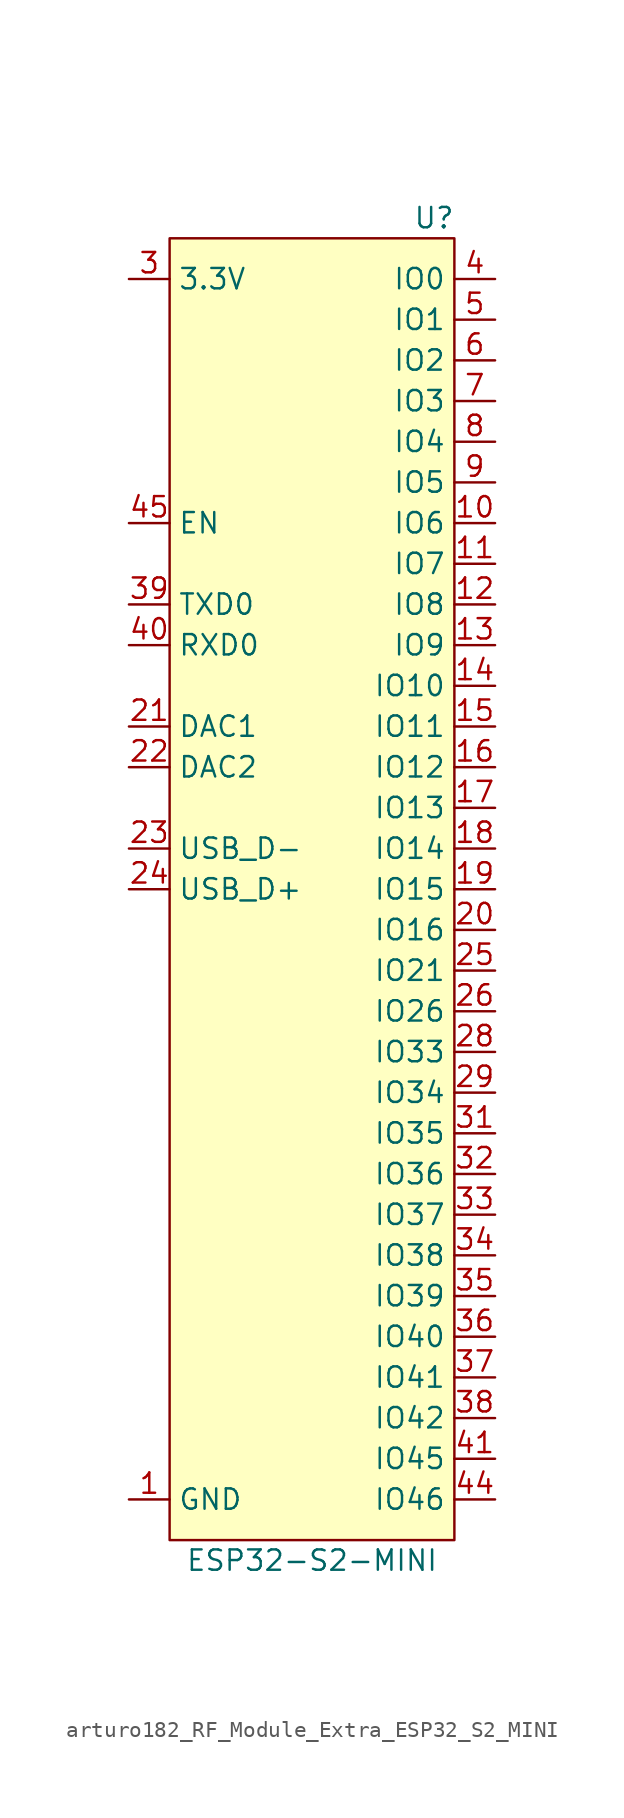
<source format=kicad_sym>
(kicad_symbol_lib
  (version 20220914)
  (generator kicad_symbol_editor)
  (symbol "arturo182_RF_Module_Extra_ESP32_S2_MINI"
    (property "Reference" "U"
      (at 7.62 39.37 0)
      (effects (font (size 1.27 1.27))))
    (property "Value" "ESP32-S2-MINI"
      (at 0 -44.45 0)
      (effects (font (size 1.27 1.27))))
    (symbol "arturo182_RF_Module_Extra_ESP32_S2_MINI_0_0"
      (pin power_in line (at -11.43 -40.64 0) (length 2.54) (name "GND" (effects (font (size 1.27 1.27)))) (number "1" (effects (font (size 1.27 1.27)))))
      (pin bidirectional line (at 11.43 20.32 180) (length 2.54) (name "IO6" (effects (font (size 1.27 1.27)))) (number "10" (effects (font (size 1.27 1.27)))))
      (pin bidirectional line (at 11.43 17.78 180) (length 2.54) (name "IO7" (effects (font (size 1.27 1.27)))) (number "11" (effects (font (size 1.27 1.27)))))
      (pin bidirectional line (at 11.43 15.24 180) (length 2.54) (name "IO8" (effects (font (size 1.27 1.27)))) (number "12" (effects (font (size 1.27 1.27)))))
      (pin bidirectional line (at 11.43 12.7 180) (length 2.54) (name "IO9" (effects (font (size 1.27 1.27)))) (number "13" (effects (font (size 1.27 1.27)))))
      (pin bidirectional line (at 11.43 10.16 180) (length 2.54) (name "IO10" (effects (font (size 1.27 1.27)))) (number "14" (effects (font (size 1.27 1.27)))))
      (pin bidirectional line (at 11.43 7.62 180) (length 2.54) (name "IO11" (effects (font (size 1.27 1.27)))) (number "15" (effects (font (size 1.27 1.27)))))
      (pin bidirectional line (at 11.43 5.08 180) (length 2.54) (name "IO12" (effects (font (size 1.27 1.27)))) (number "16" (effects (font (size 1.27 1.27)))))
      (pin bidirectional line (at 11.43 2.54 180) (length 2.54) (name "IO13" (effects (font (size 1.27 1.27)))) (number "17" (effects (font (size 1.27 1.27)))))
      (pin bidirectional line (at 11.43 0 180) (length 2.54) (name "IO14" (effects (font (size 1.27 1.27)))) (number "18" (effects (font (size 1.27 1.27)))))
      (pin bidirectional line (at 11.43 -2.54 180) (length 2.54) (name "IO15" (effects (font (size 1.27 1.27)))) (number "19" (effects (font (size 1.27 1.27)))))
      (pin passive line (at -11.43 -40.64 0) (length 2.54) hide (name "GND" (effects (font (size 1.27 1.27)))) (number "2" (effects (font (size 1.27 1.27)))))
      (pin bidirectional line (at 11.43 -5.08 180) (length 2.54) (name "IO16" (effects (font (size 1.27 1.27)))) (number "20" (effects (font (size 1.27 1.27)))))
      (pin bidirectional line (at -11.43 7.62 0) (length 2.54) (name "DAC1" (effects (font (size 1.27 1.27)))) (number "21" (effects (font (size 1.27 1.27)))))
      (pin bidirectional line (at -11.43 5.08 0) (length 2.54) (name "DAC2" (effects (font (size 1.27 1.27)))) (number "22" (effects (font (size 1.27 1.27)))))
      (pin bidirectional line (at -11.43 0 0) (length 2.54) (name "USB_D-" (effects (font (size 1.27 1.27)))) (number "23" (effects (font (size 1.27 1.27)))))
      (pin bidirectional line (at -11.43 -2.54 0) (length 2.54) (name "USB_D+" (effects (font (size 1.27 1.27)))) (number "24" (effects (font (size 1.27 1.27)))))
      (pin bidirectional line (at 11.43 -7.62 180) (length 2.54) (name "IO21" (effects (font (size 1.27 1.27)))) (number "25" (effects (font (size 1.27 1.27)))))
      (pin bidirectional line (at 11.43 -10.16 180) (length 2.54) (name "IO26" (effects (font (size 1.27 1.27)))) (number "26" (effects (font (size 1.27 1.27)))))
      (pin no_connect line (at -3.81 -16.51 0) (length 2.54) hide (name "NC" (effects (font (size 1.27 1.27)))) (number "27" (effects (font (size 1.27 1.27)))))
      (pin bidirectional line (at 11.43 -12.7 180) (length 2.54) (name "IO33" (effects (font (size 1.27 1.27)))) (number "28" (effects (font (size 1.27 1.27)))))
      (pin bidirectional line (at 11.43 -15.24 180) (length 2.54) (name "IO34" (effects (font (size 1.27 1.27)))) (number "29" (effects (font (size 1.27 1.27)))))
      (pin power_in line (at -11.43 35.56 0) (length 2.54) (name "3.3V" (effects (font (size 1.27 1.27)))) (number "3" (effects (font (size 1.27 1.27)))))
      (pin passive line (at -11.43 -40.64 0) (length 2.54) hide (name "GND" (effects (font (size 1.27 1.27)))) (number "30" (effects (font (size 1.27 1.27)))))
      (pin bidirectional line (at 11.43 -17.78 180) (length 2.54) (name "IO35" (effects (font (size 1.27 1.27)))) (number "31" (effects (font (size 1.27 1.27)))))
      (pin bidirectional line (at 11.43 -20.32 180) (length 2.54) (name "IO36" (effects (font (size 1.27 1.27)))) (number "32" (effects (font (size 1.27 1.27)))))
      (pin bidirectional line (at 11.43 -22.86 180) (length 2.54) (name "IO37" (effects (font (size 1.27 1.27)))) (number "33" (effects (font (size 1.27 1.27)))))
      (pin bidirectional line (at 11.43 -25.4 180) (length 2.54) (name "IO38" (effects (font (size 1.27 1.27)))) (number "34" (effects (font (size 1.27 1.27)))))
      (pin bidirectional line (at 11.43 -27.94 180) (length 2.54) (name "IO39" (effects (font (size 1.27 1.27)))) (number "35" (effects (font (size 1.27 1.27)))))
      (pin bidirectional line (at 11.43 -30.48 180) (length 2.54) (name "IO40" (effects (font (size 1.27 1.27)))) (number "36" (effects (font (size 1.27 1.27)))))
      (pin bidirectional line (at 11.43 -33.02 180) (length 2.54) (name "IO41" (effects (font (size 1.27 1.27)))) (number "37" (effects (font (size 1.27 1.27)))))
      (pin bidirectional line (at 11.43 -35.56 180) (length 2.54) (name "IO42" (effects (font (size 1.27 1.27)))) (number "38" (effects (font (size 1.27 1.27)))))
      (pin output line (at -11.43 15.24 0) (length 2.54) (name "TXD0" (effects (font (size 1.27 1.27)))) (number "39" (effects (font (size 1.27 1.27)))))
      (pin bidirectional line (at 11.43 35.56 180) (length 2.54) (name "IO0" (effects (font (size 1.27 1.27)))) (number "4" (effects (font (size 1.27 1.27)))))
      (pin input line (at -11.43 12.7 0) (length 2.54) (name "RXD0" (effects (font (size 1.27 1.27)))) (number "40" (effects (font (size 1.27 1.27)))))
      (pin bidirectional line (at 11.43 -38.1 180) (length 2.54) (name "IO45" (effects (font (size 1.27 1.27)))) (number "41" (effects (font (size 1.27 1.27)))))
      (pin passive line (at -11.43 -40.64 0) (length 2.54) hide (name "GND" (effects (font (size 1.27 1.27)))) (number "42" (effects (font (size 1.27 1.27)))))
      (pin passive line (at -11.43 -40.64 0) (length 2.54) hide (name "GND" (effects (font (size 1.27 1.27)))) (number "43" (effects (font (size 1.27 1.27)))))
      (pin bidirectional line (at 11.43 -40.64 180) (length 2.54) (name "IO46" (effects (font (size 1.27 1.27)))) (number "44" (effects (font (size 1.27 1.27)))))
      (pin input line (at -11.43 20.32 0) (length 2.54) (name "EN" (effects (font (size 1.27 1.27)))) (number "45" (effects (font (size 1.27 1.27)))))
      (pin passive line (at -11.43 -40.64 0) (length 2.54) hide (name "GND" (effects (font (size 1.27 1.27)))) (number "46" (effects (font (size 1.27 1.27)))))
      (pin passive line (at -11.43 -40.64 0) (length 2.54) hide (name "GND" (effects (font (size 1.27 1.27)))) (number "47" (effects (font (size 1.27 1.27)))))
      (pin passive line (at -11.43 -40.64 0) (length 2.54) hide (name "GND" (effects (font (size 1.27 1.27)))) (number "48" (effects (font (size 1.27 1.27)))))
      (pin passive line (at -11.43 -40.64 0) (length 2.54) hide (name "GND" (effects (font (size 1.27 1.27)))) (number "49" (effects (font (size 1.27 1.27)))))
      (pin bidirectional line (at 11.43 33.02 180) (length 2.54) (name "IO1" (effects (font (size 1.27 1.27)))) (number "5" (effects (font (size 1.27 1.27)))))
      (pin passive line (at -11.43 -40.64 0) (length 2.54) hide (name "GND" (effects (font (size 1.27 1.27)))) (number "50" (effects (font (size 1.27 1.27)))))
      (pin passive line (at -11.43 -40.64 0) (length 2.54) hide (name "GND" (effects (font (size 1.27 1.27)))) (number "51" (effects (font (size 1.27 1.27)))))
      (pin passive line (at -11.43 -40.64 0) (length 2.54) hide (name "GND" (effects (font (size 1.27 1.27)))) (number "52" (effects (font (size 1.27 1.27)))))
      (pin passive line (at -11.43 -40.64 0) (length 2.54) hide (name "GND" (effects (font (size 1.27 1.27)))) (number "53" (effects (font (size 1.27 1.27)))))
      (pin passive line (at -11.43 -40.64 0) (length 2.54) hide (name "GND" (effects (font (size 1.27 1.27)))) (number "54" (effects (font (size 1.27 1.27)))))
      (pin passive line (at -11.43 -40.64 0) (length 2.54) hide (name "GND" (effects (font (size 1.27 1.27)))) (number "55" (effects (font (size 1.27 1.27)))))
      (pin passive line (at -11.43 -40.64 0) (length 2.54) hide (name "GND" (effects (font (size 1.27 1.27)))) (number "56" (effects (font (size 1.27 1.27)))))
      (pin passive line (at -11.43 -40.64 0) (length 2.54) hide (name "GND" (effects (font (size 1.27 1.27)))) (number "57" (effects (font (size 1.27 1.27)))))
      (pin passive line (at -11.43 -40.64 0) (length 2.54) hide (name "GND" (effects (font (size 1.27 1.27)))) (number "58" (effects (font (size 1.27 1.27)))))
      (pin passive line (at -11.43 -40.64 0) (length 2.54) hide (name "GND" (effects (font (size 1.27 1.27)))) (number "59" (effects (font (size 1.27 1.27)))))
      (pin bidirectional line (at 11.43 30.48 180) (length 2.54) (name "IO2" (effects (font (size 1.27 1.27)))) (number "6" (effects (font (size 1.27 1.27)))))
      (pin passive line (at -11.43 -40.64 0) (length 2.54) hide (name "GND" (effects (font (size 1.27 1.27)))) (number "60" (effects (font (size 1.27 1.27)))))
      (pin passive line (at -11.43 -40.64 0) (length 2.54) hide (name "GND" (effects (font (size 1.27 1.27)))) (number "61" (effects (font (size 1.27 1.27)))))
      (pin passive line (at -11.43 -40.64 0) (length 2.54) hide (name "GND" (effects (font (size 1.27 1.27)))) (number "62" (effects (font (size 1.27 1.27)))))
      (pin passive line (at -11.43 -40.64 0) (length 2.54) hide (name "GND" (effects (font (size 1.27 1.27)))) (number "63" (effects (font (size 1.27 1.27)))))
      (pin passive line (at -11.43 -40.64 0) (length 2.54) hide (name "GND" (effects (font (size 1.27 1.27)))) (number "64" (effects (font (size 1.27 1.27)))))
      (pin passive line (at -11.43 -40.64 0) (length 2.54) hide (name "GND" (effects (font (size 1.27 1.27)))) (number "65" (effects (font (size 1.27 1.27)))))
      (pin bidirectional line (at 11.43 27.94 180) (length 2.54) (name "IO3" (effects (font (size 1.27 1.27)))) (number "7" (effects (font (size 1.27 1.27)))))
      (pin bidirectional line (at 11.43 25.4 180) (length 2.54) (name "IO4" (effects (font (size 1.27 1.27)))) (number "8" (effects (font (size 1.27 1.27)))))
      (pin bidirectional line (at 11.43 22.86 180) (length 2.54) (name "IO5" (effects (font (size 1.27 1.27)))) (number "9" (effects (font (size 1.27 1.27))))))
    (symbol "arturo182_RF_Module_Extra_ESP32_S2_MINI_0_1"
      (rectangle (start 8.89 38.1) (end -8.89 -43.18) (stroke (width 0) (type default)) (fill (type background))))))
</source>
